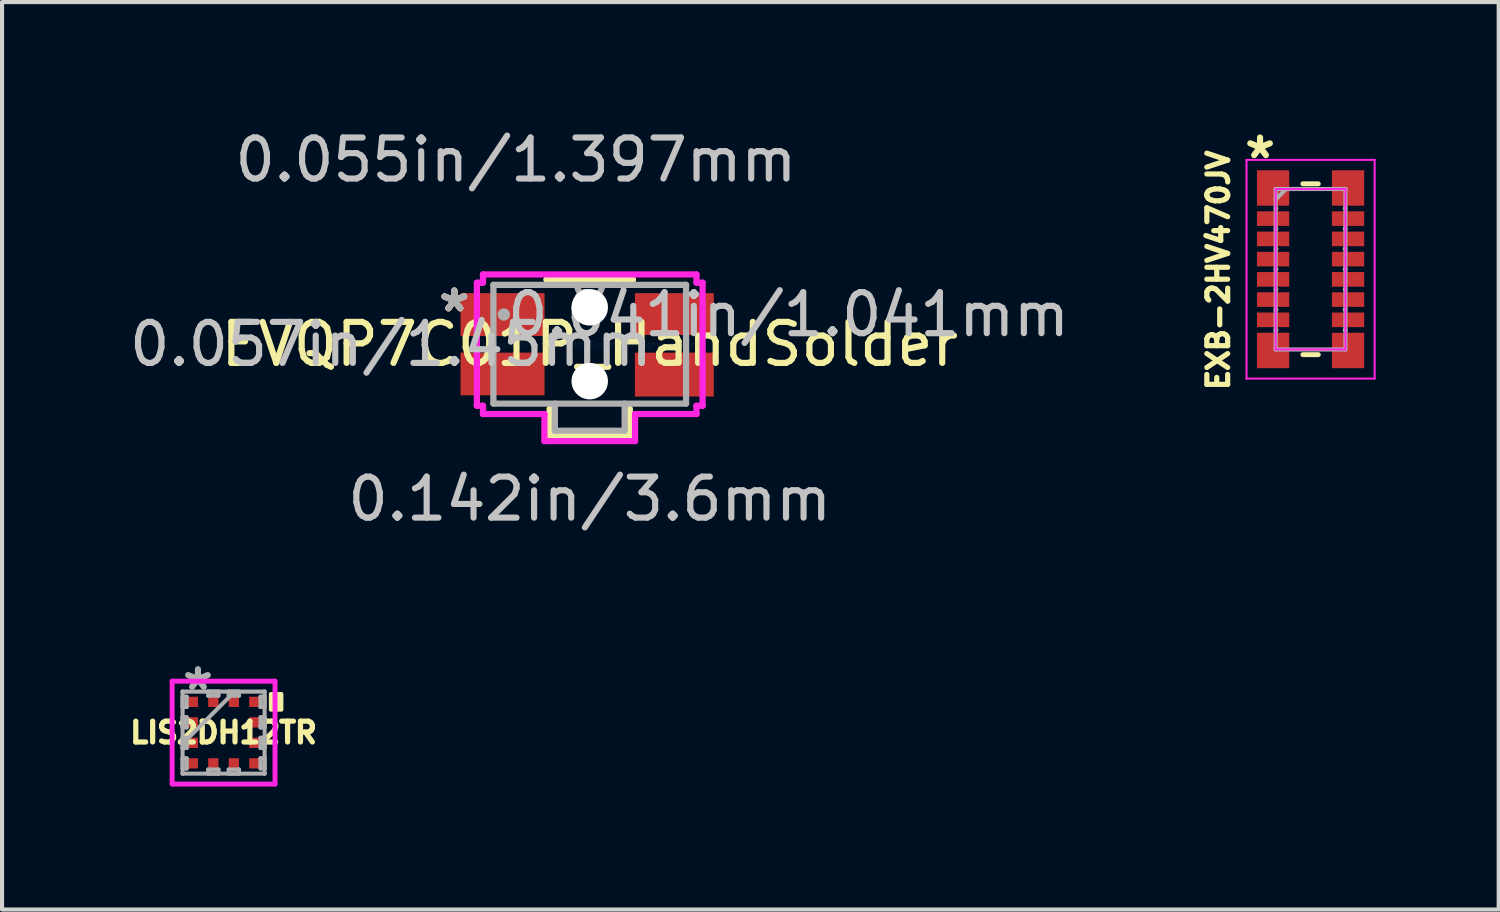
<source format=kicad_pcb>
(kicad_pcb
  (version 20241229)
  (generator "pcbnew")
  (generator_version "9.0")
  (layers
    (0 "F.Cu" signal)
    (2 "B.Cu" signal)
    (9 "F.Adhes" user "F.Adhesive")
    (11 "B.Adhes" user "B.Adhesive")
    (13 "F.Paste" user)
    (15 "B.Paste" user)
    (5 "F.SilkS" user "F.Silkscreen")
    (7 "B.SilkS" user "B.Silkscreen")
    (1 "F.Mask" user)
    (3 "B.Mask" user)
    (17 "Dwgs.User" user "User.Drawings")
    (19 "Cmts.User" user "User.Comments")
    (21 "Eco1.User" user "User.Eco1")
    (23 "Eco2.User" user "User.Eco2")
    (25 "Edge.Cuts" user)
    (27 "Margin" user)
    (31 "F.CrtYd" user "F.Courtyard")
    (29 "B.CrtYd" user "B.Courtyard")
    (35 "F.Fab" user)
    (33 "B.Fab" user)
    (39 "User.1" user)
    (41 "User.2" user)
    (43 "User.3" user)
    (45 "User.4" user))
  (footprint "EXB-2HV470JV"
    (layer "F.Cu")
    (at 28.907 3.515)
    (property "Reference" "EXB-2HV470JV" (at -2.25 0.025 90) (layer "F.SilkS") (effects (font (size 0.508 0.508) (thickness 0.127))))
    (attr through_hole)
    (fp_line (start -0.188 -2.083) (end 0.188 -2.083) (stroke (width 0.12) (type solid)) (layer "F.SilkS"))
    (fp_line (start -0.188 2.083) (end 0.188 2.083) (stroke (width 0.12) (type solid)) (layer "F.SilkS"))
    (fp_line (start -1.562 -2.667) (end 1.562 -2.667) (stroke (width 0.05) (type solid)) (layer "F.CrtYd"))
    (fp_line (start -1.562 2.667) (end -1.562 -2.667) (stroke (width 0.05) (type solid)) (layer "F.CrtYd"))
    (fp_line (start -0.851 -1.956) (end 0.851 -1.956) (stroke (width 0.05) (type solid)) (layer "F.CrtYd"))
    (fp_line (start -0.851 1.956) (end -0.851 -1.956) (stroke (width 0.05) (type solid)) (layer "F.CrtYd"))
    (fp_line (start 0.851 -1.956) (end 0.851 1.956) (stroke (width 0.05) (type solid)) (layer "F.CrtYd"))
    (fp_line (start 0.851 1.956) (end -0.851 1.956) (stroke (width 0.05) (type solid)) (layer "F.CrtYd"))
    (fp_line (start 1.562 -2.667) (end 1.562 2.667) (stroke (width 0.05) (type solid)) (layer "F.CrtYd"))
    (fp_line (start 1.562 2.667) (end -1.562 2.667) (stroke (width 0.05) (type solid)) (layer "F.CrtYd"))
    (fp_line (start -0.851 -1.956) (end 0.851 -1.956) (stroke (width 0.1) (type solid)) (layer "F.Fab"))
    (fp_line (start -0.851 -1.499) (end -0.851 -1.956) (stroke (width 0.1) (type solid)) (layer "F.Fab"))
    (fp_line (start -0.851 -1.462) (end -0.851 -1.005) (stroke (width 0.1) (type solid)) (layer "F.Fab"))
    (fp_line (start -0.851 -0.969) (end -0.851 -0.512) (stroke (width 0.1) (type solid)) (layer "F.Fab"))
    (fp_line (start -0.851 -0.475) (end -0.851 -0.018) (stroke (width 0.1) (type solid)) (layer "F.Fab"))
    (fp_line (start -0.851 0.018) (end -0.851 0.475) (stroke (width 0.1) (type solid)) (layer "F.Fab"))
    (fp_line (start -0.851 0.512) (end -0.851 0.969) (stroke (width 0.1) (type solid)) (layer "F.Fab"))
    (fp_line (start -0.851 1.005) (end -0.851 1.463) (stroke (width 0.1) (type solid)) (layer "F.Fab"))
    (fp_line (start -0.851 1.499) (end -0.851 1.956) (stroke (width 0.1) (type solid)) (layer "F.Fab"))
    (fp_line (start -0.851 1.499) (end -0.851 1.499) (stroke (width 0.1) (type solid)) (layer "F.Fab"))
    (fp_line (start -0.851 1.956) (end 0.851 1.956) (stroke (width 0.1) (type solid)) (layer "F.Fab"))
    (fp_line (start -0.597 -1.956) (end -0.851 -1.702) (stroke (width 0.1) (type solid)) (layer "F.Fab"))
    (fp_line (start 0.851 -1.499) (end 0.851 -1.956) (stroke (width 0.1) (type solid)) (layer "F.Fab"))
    (fp_line (start 0.851 -1.462) (end 0.851 -1.005) (stroke (width 0.1) (type solid)) (layer "F.Fab"))
    (fp_line (start 0.851 -0.969) (end 0.851 -0.512) (stroke (width 0.1) (type solid)) (layer "F.Fab"))
    (fp_line (start 0.851 -0.475) (end 0.851 -0.018) (stroke (width 0.1) (type solid)) (layer "F.Fab"))
    (fp_line (start 0.851 0.018) (end 0.851 0.475) (stroke (width 0.1) (type solid)) (layer "F.Fab"))
    (fp_line (start 0.851 0.512) (end 0.851 0.969) (stroke (width 0.1) (type solid)) (layer "F.Fab"))
    (fp_line (start 0.851 1.005) (end 0.851 1.463) (stroke (width 0.1) (type solid)) (layer "F.Fab"))
    (fp_line (start 0.851 1.499) (end 0.851 1.956) (stroke (width 0.1) (type solid)) (layer "F.Fab"))
    (fp_line (start 0.851 1.499) (end 0.851 1.499) (stroke (width 0.1) (type solid)) (layer "F.Fab"))
    (fp_arc (start -0.8509 -1.4986) (mid -0.832739 -1.480439) (end -0.8509 -1.462278) (stroke (width 0.1) (type solid)) (layer "F.Fab"))
    (fp_arc (start -0.8509 -1.005078) (mid -0.832739 -0.986917) (end -0.8509 -0.968756) (stroke (width 0.1) (type solid)) (layer "F.Fab"))
    (fp_arc (start -0.8509 -0.511556) (mid -0.832739 -0.493395) (end -0.8509 -0.475234) (stroke (width 0.1) (type solid)) (layer "F.Fab"))
    (fp_arc (start -0.8509 -0.018034) (mid -0.832739 0.000127) (end -0.8509 0.018288) (stroke (width 0.1) (type solid)) (layer "F.Fab"))
    (fp_arc (start -0.8509 0.475488) (mid -0.832739 0.493649) (end -0.8509 0.51181) (stroke (width 0.1) (type solid)) (layer "F.Fab"))
    (fp_arc (start -0.8509 0.96901) (mid -0.832739 0.987171) (end -0.8509 1.005332) (stroke (width 0.1) (type solid)) (layer "F.Fab"))
    (fp_arc (start -0.8509 1.462532) (mid -0.832739 1.480693) (end -0.8509 1.498854) (stroke (width 0.1) (type solid)) (layer "F.Fab"))
    (fp_arc (start 0.8509 -1.462278) (mid 0.832739 -1.480439) (end 0.8509 -1.4986) (stroke (width 0.1) (type solid)) (layer "F.Fab"))
    (fp_arc (start 0.8509 -0.968756) (mid 0.832739 -0.986917) (end 0.8509 -1.005078) (stroke (width 0.1) (type solid)) (layer "F.Fab"))
    (fp_arc (start 0.8509 -0.475234) (mid 0.832739 -0.493395) (end 0.8509 -0.511556) (stroke (width 0.1) (type solid)) (layer "F.Fab"))
    (fp_arc (start 0.8509 0.018288) (mid 0.832739 0.000127) (end 0.8509 -0.018034) (stroke (width 0.1) (type solid)) (layer "F.Fab"))
    (fp_arc (start 0.8509 0.51181) (mid 0.832739 0.493649) (end 0.8509 0.475488) (stroke (width 0.1) (type solid)) (layer "F.Fab"))
    (fp_arc (start 0.8509 1.005332) (mid 0.832739 0.987171) (end 0.8509 0.96901) (stroke (width 0.1) (type solid)) (layer "F.Fab"))
    (fp_arc (start 0.8509 1.498854) (mid 0.832739 1.480693) (end 0.8509 1.462532) (stroke (width 0.1) (type solid)) (layer "F.Fab"))
    (fp_text user "*" (at -1.232 -2.667 0) (layer "F.SilkS") (effects (font (size 1 1) (thickness 0.15))))
    (pad "1" smd rect (at -0.914 -1.981) (size 0.787 0.864) (layers "F.Cu" "F.Mask" "F.Paste"))
    (pad "2" smd rect (at -0.914 -1.234) (size 0.787 0.356) (layers "F.Cu" "F.Mask" "F.Paste"))
    (pad "3" smd rect (at -0.914 -0.74) (size 0.787 0.356) (layers "F.Cu" "F.Mask" "F.Paste"))
    (pad "4" smd rect (at -0.914 -0.247) (size 0.787 0.356) (layers "F.Cu" "F.Mask" "F.Paste"))
    (pad "5" smd rect (at -0.914 0.247) (size 0.787 0.356) (layers "F.Cu" "F.Mask" "F.Paste"))
    (pad "6" smd rect (at -0.914 0.74) (size 0.787 0.356) (layers "F.Cu" "F.Mask" "F.Paste"))
    (pad "7" smd rect (at -0.914 1.234) (size 0.787 0.356) (layers "F.Cu" "F.Mask" "F.Paste"))
    (pad "8" smd rect (at -0.914 1.981) (size 0.787 0.864) (layers "F.Cu" "F.Mask" "F.Paste"))
    (pad "9" smd rect (at 0.914 1.981) (size 0.787 0.864) (layers "F.Cu" "F.Mask" "F.Paste"))
    (pad "10" smd rect (at 0.914 1.234) (size 0.787 0.356) (layers "F.Cu" "F.Mask" "F.Paste"))
    (pad "11" smd rect (at 0.914 0.74) (size 0.787 0.356) (layers "F.Cu" "F.Mask" "F.Paste"))
    (pad "12" smd rect (at 0.914 0.247) (size 0.787 0.356) (layers "F.Cu" "F.Mask" "F.Paste"))
    (pad "13" smd rect (at 0.914 -0.247) (size 0.787 0.356) (layers "F.Cu" "F.Mask" "F.Paste"))
    (pad "14" smd rect (at 0.914 -0.74) (size 0.787 0.356) (layers "F.Cu" "F.Mask" "F.Paste"))
    (pad "15" smd rect (at 0.914 -1.234) (size 0.787 0.356) (layers "F.Cu" "F.Mask" "F.Paste"))
    (pad "16" smd rect (at 0.914 -1.981) (size 0.787 0.864) (layers "F.Cu" "F.Mask" "F.Paste")))
  (footprint "LIS2DH12TR"
    (layer "F.Cu")
    (at 2.402 14.814)
    (property "Reference" "LIS2DH12TR" (at 0 0 0) (layer "F.SilkS") (effects (font (size 0.508 0.508) (thickness 0.127))))
    (attr through_hole)
    (fp_poly (pts (xy 1.408 -0.941) (xy 1.408 -0.56) (xy 1.154 -0.56) (xy 1.154 -0.941)) (stroke (width 0.1) (type solid)) (fill yes) (layer "F.SilkS"))
    (fp_line (start -1.254 -1.254) (end -1.254 1.254) (stroke (width 0.12) (type solid)) (layer "F.CrtYd"))
    (fp_line (start -1.254 1.254) (end 1.254 1.254) (stroke (width 0.12) (type solid)) (layer "F.CrtYd"))
    (fp_line (start 1.254 -1.254) (end -1.254 -1.254) (stroke (width 0.12) (type solid)) (layer "F.CrtYd"))
    (fp_line (start 1.254 1.254) (end 1.254 -1.254) (stroke (width 0.12) (type solid)) (layer "F.CrtYd"))
    (fp_line (start -1 -1) (end -1 -1) (stroke (width 0.1) (type solid)) (layer "F.Fab"))
    (fp_line (start -1 -1) (end -1 1) (stroke (width 0.1) (type solid)) (layer "F.Fab"))
    (fp_line (start -1 -0.875) (end -0.9 -0.875) (stroke (width 0.1) (type solid)) (layer "F.Fab"))
    (fp_line (start -1 -0.625) (end -1 -0.875) (stroke (width 0.1) (type solid)) (layer "F.Fab"))
    (fp_line (start -1 -0.375) (end -0.9 -0.375) (stroke (width 0.1) (type solid)) (layer "F.Fab"))
    (fp_line (start -1 -0.125) (end -1 -0.375) (stroke (width 0.1) (type solid)) (layer "F.Fab"))
    (fp_line (start -1 0.125) (end -0.9 0.125) (stroke (width 0.1) (type solid)) (layer "F.Fab"))
    (fp_line (start -1 0.27) (end 0.27 -1) (stroke (width 0.1) (type solid)) (layer "F.Fab"))
    (fp_line (start -1 0.375) (end -1 0.125) (stroke (width 0.1) (type solid)) (layer "F.Fab"))
    (fp_line (start -1 0.625) (end -0.9 0.625) (stroke (width 0.1) (type solid)) (layer "F.Fab"))
    (fp_line (start -1 0.875) (end -1 0.625) (stroke (width 0.1) (type solid)) (layer "F.Fab"))
    (fp_line (start -1 1) (end -1 1) (stroke (width 0.1) (type solid)) (layer "F.Fab"))
    (fp_line (start -1 1) (end 1 1) (stroke (width 0.1) (type solid)) (layer "F.Fab"))
    (fp_line (start -0.9 -0.875) (end -0.9 -0.625) (stroke (width 0.1) (type solid)) (layer "F.Fab"))
    (fp_line (start -0.9 -0.625) (end -1 -0.625) (stroke (width 0.1) (type solid)) (layer "F.Fab"))
    (fp_line (start -0.9 -0.375) (end -0.9 -0.125) (stroke (width 0.1) (type solid)) (layer "F.Fab"))
    (fp_line (start -0.9 -0.125) (end -1 -0.125) (stroke (width 0.1) (type solid)) (layer "F.Fab"))
    (fp_line (start -0.9 0.125) (end -0.9 0.375) (stroke (width 0.1) (type solid)) (layer "F.Fab"))
    (fp_line (start -0.9 0.375) (end -1 0.375) (stroke (width 0.1) (type solid)) (layer "F.Fab"))
    (fp_line (start -0.9 0.625) (end -0.9 0.875) (stroke (width 0.1) (type solid)) (layer "F.Fab"))
    (fp_line (start -0.9 0.875) (end -1 0.875) (stroke (width 0.1) (type solid)) (layer "F.Fab"))
    (fp_line (start -0.375 -1) (end -0.125 -1) (stroke (width 0.1) (type solid)) (layer "F.Fab"))
    (fp_line (start -0.375 -0.9) (end -0.375 -1) (stroke (width 0.1) (type solid)) (layer "F.Fab"))
    (fp_line (start -0.375 0.9) (end -0.125 0.9) (stroke (width 0.1) (type solid)) (layer "F.Fab"))
    (fp_line (start -0.375 1) (end -0.375 0.9) (stroke (width 0.1) (type solid)) (layer "F.Fab"))
    (fp_line (start -0.125 -1) (end -0.125 -0.9) (stroke (width 0.1) (type solid)) (layer "F.Fab"))
    (fp_line (start -0.125 -0.9) (end -0.375 -0.9) (stroke (width 0.1) (type solid)) (layer "F.Fab"))
    (fp_line (start -0.125 0.9) (end -0.125 1) (stroke (width 0.1) (type solid)) (layer "F.Fab"))
    (fp_line (start -0.125 1) (end -0.375 1) (stroke (width 0.1) (type solid)) (layer "F.Fab"))
    (fp_line (start 0.125 -1) (end 0.375 -1) (stroke (width 0.1) (type solid)) (layer "F.Fab"))
    (fp_line (start 0.125 -0.9) (end 0.125 -1) (stroke (width 0.1) (type solid)) (layer "F.Fab"))
    (fp_line (start 0.125 0.9) (end 0.375 0.9) (stroke (width 0.1) (type solid)) (layer "F.Fab"))
    (fp_line (start 0.125 1) (end 0.125 0.9) (stroke (width 0.1) (type solid)) (layer "F.Fab"))
    (fp_line (start 0.375 -1) (end 0.375 -0.9) (stroke (width 0.1) (type solid)) (layer "F.Fab"))
    (fp_line (start 0.375 -0.9) (end 0.125 -0.9) (stroke (width 0.1) (type solid)) (layer "F.Fab"))
    (fp_line (start 0.375 0.9) (end 0.375 1) (stroke (width 0.1) (type solid)) (layer "F.Fab"))
    (fp_line (start 0.375 1) (end 0.125 1) (stroke (width 0.1) (type solid)) (layer "F.Fab"))
    (fp_line (start 0.9 -0.875) (end 1 -0.875) (stroke (width 0.1) (type solid)) (layer "F.Fab"))
    (fp_line (start 0.9 -0.625) (end 0.9 -0.875) (stroke (width 0.1) (type solid)) (layer "F.Fab"))
    (fp_line (start 0.9 -0.375) (end 1 -0.375) (stroke (width 0.1) (type solid)) (layer "F.Fab"))
    (fp_line (start 0.9 -0.125) (end 0.9 -0.375) (stroke (width 0.1) (type solid)) (layer "F.Fab"))
    (fp_line (start 0.9 0.125) (end 1 0.125) (stroke (width 0.1) (type solid)) (layer "F.Fab"))
    (fp_line (start 0.9 0.375) (end 0.9 0.125) (stroke (width 0.1) (type solid)) (layer "F.Fab"))
    (fp_line (start 0.9 0.625) (end 1 0.625) (stroke (width 0.1) (type solid)) (layer "F.Fab"))
    (fp_line (start 0.9 0.875) (end 0.9 0.625) (stroke (width 0.1) (type solid)) (layer "F.Fab"))
    (fp_line (start 1 -1) (end -1 -1) (stroke (width 0.1) (type solid)) (layer "F.Fab"))
    (fp_line (start 1 -1) (end 1 -1) (stroke (width 0.1) (type solid)) (layer "F.Fab"))
    (fp_line (start 1 -0.875) (end 1 -0.625) (stroke (width 0.1) (type solid)) (layer "F.Fab"))
    (fp_line (start 1 -0.625) (end 0.9 -0.625) (stroke (width 0.1) (type solid)) (layer "F.Fab"))
    (fp_line (start 1 -0.375) (end 1 -0.125) (stroke (width 0.1) (type solid)) (layer "F.Fab"))
    (fp_line (start 1 -0.125) (end 0.9 -0.125) (stroke (width 0.1) (type solid)) (layer "F.Fab"))
    (fp_line (start 1 0.125) (end 1 0.375) (stroke (width 0.1) (type solid)) (layer "F.Fab"))
    (fp_line (start 1 0.375) (end 0.9 0.375) (stroke (width 0.1) (type solid)) (layer "F.Fab"))
    (fp_line (start 1 0.625) (end 1 0.875) (stroke (width 0.1) (type solid)) (layer "F.Fab"))
    (fp_line (start 1 0.875) (end 0.9 0.875) (stroke (width 0.1) (type solid)) (layer "F.Fab"))
    (fp_line (start 1 1) (end 1 -1) (stroke (width 0.1) (type solid)) (layer "F.Fab"))
    (fp_line (start 1 1) (end 1 1) (stroke (width 0.1) (type solid)) (layer "F.Fab"))
    (fp_text user "*" (at -0.625 -1 0) (layer "F.Fab") (effects (font (size 1 1) (thickness 0.15))))
    (pad "1" smd rect (at -0.762 -0.75 90) (size 0.25 0.275) (layers "F.Cu" "F.Mask" "F.Paste"))
    (pad "2" smd rect (at -0.762 -0.25 90) (size 0.25 0.275) (layers "F.Cu" "F.Mask" "F.Paste"))
    (pad "3" smd rect (at -0.762 0.25 90) (size 0.25 0.275) (layers "F.Cu" "F.Mask" "F.Paste"))
    (pad "4" smd rect (at -0.762 0.75 90) (size 0.25 0.275) (layers "F.Cu" "F.Mask" "F.Paste"))
    (pad "5" smd rect (at -0.25 0.762) (size 0.25 0.275) (layers "F.Cu" "F.Mask" "F.Paste"))
    (pad "6" smd rect (at 0.25 0.762) (size 0.25 0.275) (layers "F.Cu" "F.Mask" "F.Paste"))
    (pad "7" smd rect (at 0.762 0.75 90) (size 0.25 0.275) (layers "F.Cu" "F.Mask" "F.Paste"))
    (pad "8" smd rect (at 0.762 0.25 90) (size 0.25 0.275) (layers "F.Cu" "F.Mask" "F.Paste"))
    (pad "9" smd rect (at 0.762 -0.25 90) (size 0.25 0.275) (layers "F.Cu" "F.Mask" "F.Paste"))
    (pad "10" smd rect (at 0.762 -0.75 90) (size 0.25 0.275) (layers "F.Cu" "F.Mask" "F.Paste"))
    (pad "11" smd rect (at 0.25 -0.762) (size 0.25 0.275) (layers "F.Cu" "F.Mask" "F.Paste"))
    (pad "12" smd rect (at -0.25 -0.762) (size 0.25 0.275) (layers "F.Cu" "F.Mask" "F.Paste")))
  (footprint "EVQP7C01P_HandSolder"
    (layer "F.Cu")
    (at 11.33 5.344)
    (property "Reference" "EVQP7C01P_HandSolder" (at 0 0 0) (layer "F.SilkS") (effects (font (size 1 1) (thickness 0.15))))
    (attr through_hole)
    (fp_line (start -0.978 1.575) (end -0.978 2.235) (stroke (width 0.152) (type solid)) (layer "F.SilkS"))
    (fp_line (start -0.978 2.235) (end 0.978 2.235) (stroke (width 0.152) (type solid)) (layer "F.SilkS"))
    (fp_line (start 0.978 2.235) (end 0.978 1.575) (stroke (width 0.152) (type solid)) (layer "F.SilkS"))
    (fp_line (start 1.052 -1.575) (end -1.052 -1.575) (stroke (width 0.152) (type solid)) (layer "F.SilkS"))
    (fp_line (start 1.052 -1.575) (end -1.052 -1.575) (stroke (width 0.152) (type solid)) (layer "F.SilkS"))
    (fp_line (start -2.752 -1.5) (end -2.752 1.5) (stroke (width 0.152) (type solid)) (layer "F.CrtYd"))
    (fp_line (start -2.752 1.5) (end -2.603 1.5) (stroke (width 0.152) (type solid)) (layer "F.CrtYd"))
    (fp_line (start -2.603 -1.702) (end -2.603 -1.5) (stroke (width 0.152) (type solid)) (layer "F.CrtYd"))
    (fp_line (start -2.603 -1.5) (end -2.752 -1.5) (stroke (width 0.152) (type solid)) (layer "F.CrtYd"))
    (fp_line (start -2.603 1.5) (end -2.603 1.702) (stroke (width 0.152) (type solid)) (layer "F.CrtYd"))
    (fp_line (start -2.603 1.702) (end -1.105 1.702) (stroke (width 0.152) (type solid)) (layer "F.CrtYd"))
    (fp_line (start -1.105 1.702) (end -1.105 2.362) (stroke (width 0.152) (type solid)) (layer "F.CrtYd"))
    (fp_line (start -1.105 2.362) (end 1.105 2.362) (stroke (width 0.152) (type solid)) (layer "F.CrtYd"))
    (fp_line (start 1.105 1.702) (end 2.603 1.702) (stroke (width 0.152) (type solid)) (layer "F.CrtYd"))
    (fp_line (start 1.105 2.362) (end 1.105 1.702) (stroke (width 0.152) (type solid)) (layer "F.CrtYd"))
    (fp_line (start 2.603 -1.702) (end -2.603 -1.702) (stroke (width 0.152) (type solid)) (layer "F.CrtYd"))
    (fp_line (start 2.603 -1.5) (end 2.603 -1.702) (stroke (width 0.152) (type solid)) (layer "F.CrtYd"))
    (fp_line (start 2.603 1.5) (end 2.752 1.5) (stroke (width 0.152) (type solid)) (layer "F.CrtYd"))
    (fp_line (start 2.603 1.702) (end 2.603 1.5) (stroke (width 0.152) (type solid)) (layer "F.CrtYd"))
    (fp_line (start 2.752 -1.5) (end 2.603 -1.5) (stroke (width 0.152) (type solid)) (layer "F.CrtYd"))
    (fp_line (start 2.752 1.5) (end 2.752 -1.5) (stroke (width 0.152) (type solid)) (layer "F.CrtYd"))
    (fp_line (start -2.349 -1.448) (end -2.349 1.448) (stroke (width 0.152) (type solid)) (layer "F.Fab"))
    (fp_line (start -2.349 1.448) (end 2.349 1.448) (stroke (width 0.152) (type solid)) (layer "F.Fab"))
    (fp_line (start -0.851 2.108) (end -0.851 1.448) (stroke (width 0.152) (type solid)) (layer "F.Fab"))
    (fp_line (start 0.851 1.448) (end 0.851 2.108) (stroke (width 0.152) (type solid)) (layer "F.Fab"))
    (fp_line (start 0.851 2.108) (end -0.851 2.108) (stroke (width 0.152) (type solid)) (layer "F.Fab"))
    (fp_line (start 2.349 -1.448) (end -2.349 -1.448) (stroke (width 0.152) (type solid)) (layer "F.Fab"))
    (fp_line (start 2.349 1.448) (end 2.349 -1.448) (stroke (width 0.152) (type solid)) (layer "F.Fab"))
    (fp_arc (start 0.3048 -1.4478) (mid 0 -1.143) (end -0.3048 -1.4478) (stroke (width 0.1524) (type solid)) (layer "F.Fab"))
    (fp_circle (center -2.095 -0.725) (end -2.095 -0.725) (stroke (width 0.152) (type solid)) (fill no) (layer "F.Fab"))
    (fp_text user "*" (at -3.302 -0.762 0) (layer "F.SilkS") (effects (font (size 1 1) (thickness 0.15))))
    (fp_text user "*" (at -3.302 -0.762 0) (layer "F.SilkS") (effects (font (size 1 1) (thickness 0.15))))
    (fp_text user "*" (at -3.302 -0.762 0) (layer "B.SilkS") (effects (font (size 1 1) (thickness 0.15))))
    (fp_text user "0.142in/3.6mm" (at 0 3.773 0) (layer "Dwgs.User") (effects (font (size 1 1) (thickness 0.15))))
    (fp_text user "0.055in/1.397mm" (at -1.8 -4.496 0) (layer "Dwgs.User") (effects (font (size 1 1) (thickness 0.15))))
    (fp_text user "0.057in/1.45mm" (at -4.848 0 0) (layer "Dwgs.User") (effects (font (size 1 1) (thickness 0.15))))
    (fp_text user "0.041in/1.041mm" (at 4.848 -0.725 0) (layer "Dwgs.User") (effects (font (size 1 1) (thickness 0.15))))
    (fp_text user "Copyright 2016 Accelerated Designs. All rights reserved." (at 0 0 0) (layer "Cmts.User") (effects (font (size 0.127 0.127) (thickness 0.002))))
    (fp_text user "*" (at -3.302 -0.762 0) (layer "F.Fab") (effects (font (size 1 1) (thickness 0.15))))
    (fp_text user "*" (at -3.302 -0.762 0) (layer "F.Fab") (effects (font (size 1 1) (thickness 0.15))))
    (pad "" np_thru_hole circle (at 0 -0.9) (size 0.889 0.889) (drill 0.889) (layers "*.Cu" "*.Mask"))
    (pad "" np_thru_hole circle (at 0 0.9) (size 0.889 0.889) (drill 0.889) (layers "*.Cu" "*.Mask"))
    (pad "1" smd rect (at -2.126 -0.723) (size 2.049 1.046) (layers "F.Cu" "F.Mask" "F.Paste"))
    (pad "2" smd rect (at -2.126 0.725) (size 2.049 1.041) (layers "F.Cu" "F.Mask" "F.Paste"))
    (pad "3" smd rect (at 2.063 0.74) (size 1.924 1.071) (layers "F.Cu" "F.Mask" "F.Paste"))
    (pad "4" smd rect (at 2.063 -0.735) (size 1.924 1.021) (layers "F.Cu" "F.Mask" "F.Paste")))
  (gr_rect
    (start -3 -3)
    (end 33.494 19.128)
    (stroke (width 0.1) (type default))
    (fill no)
    (layer "Edge.Cuts")))
</source>
